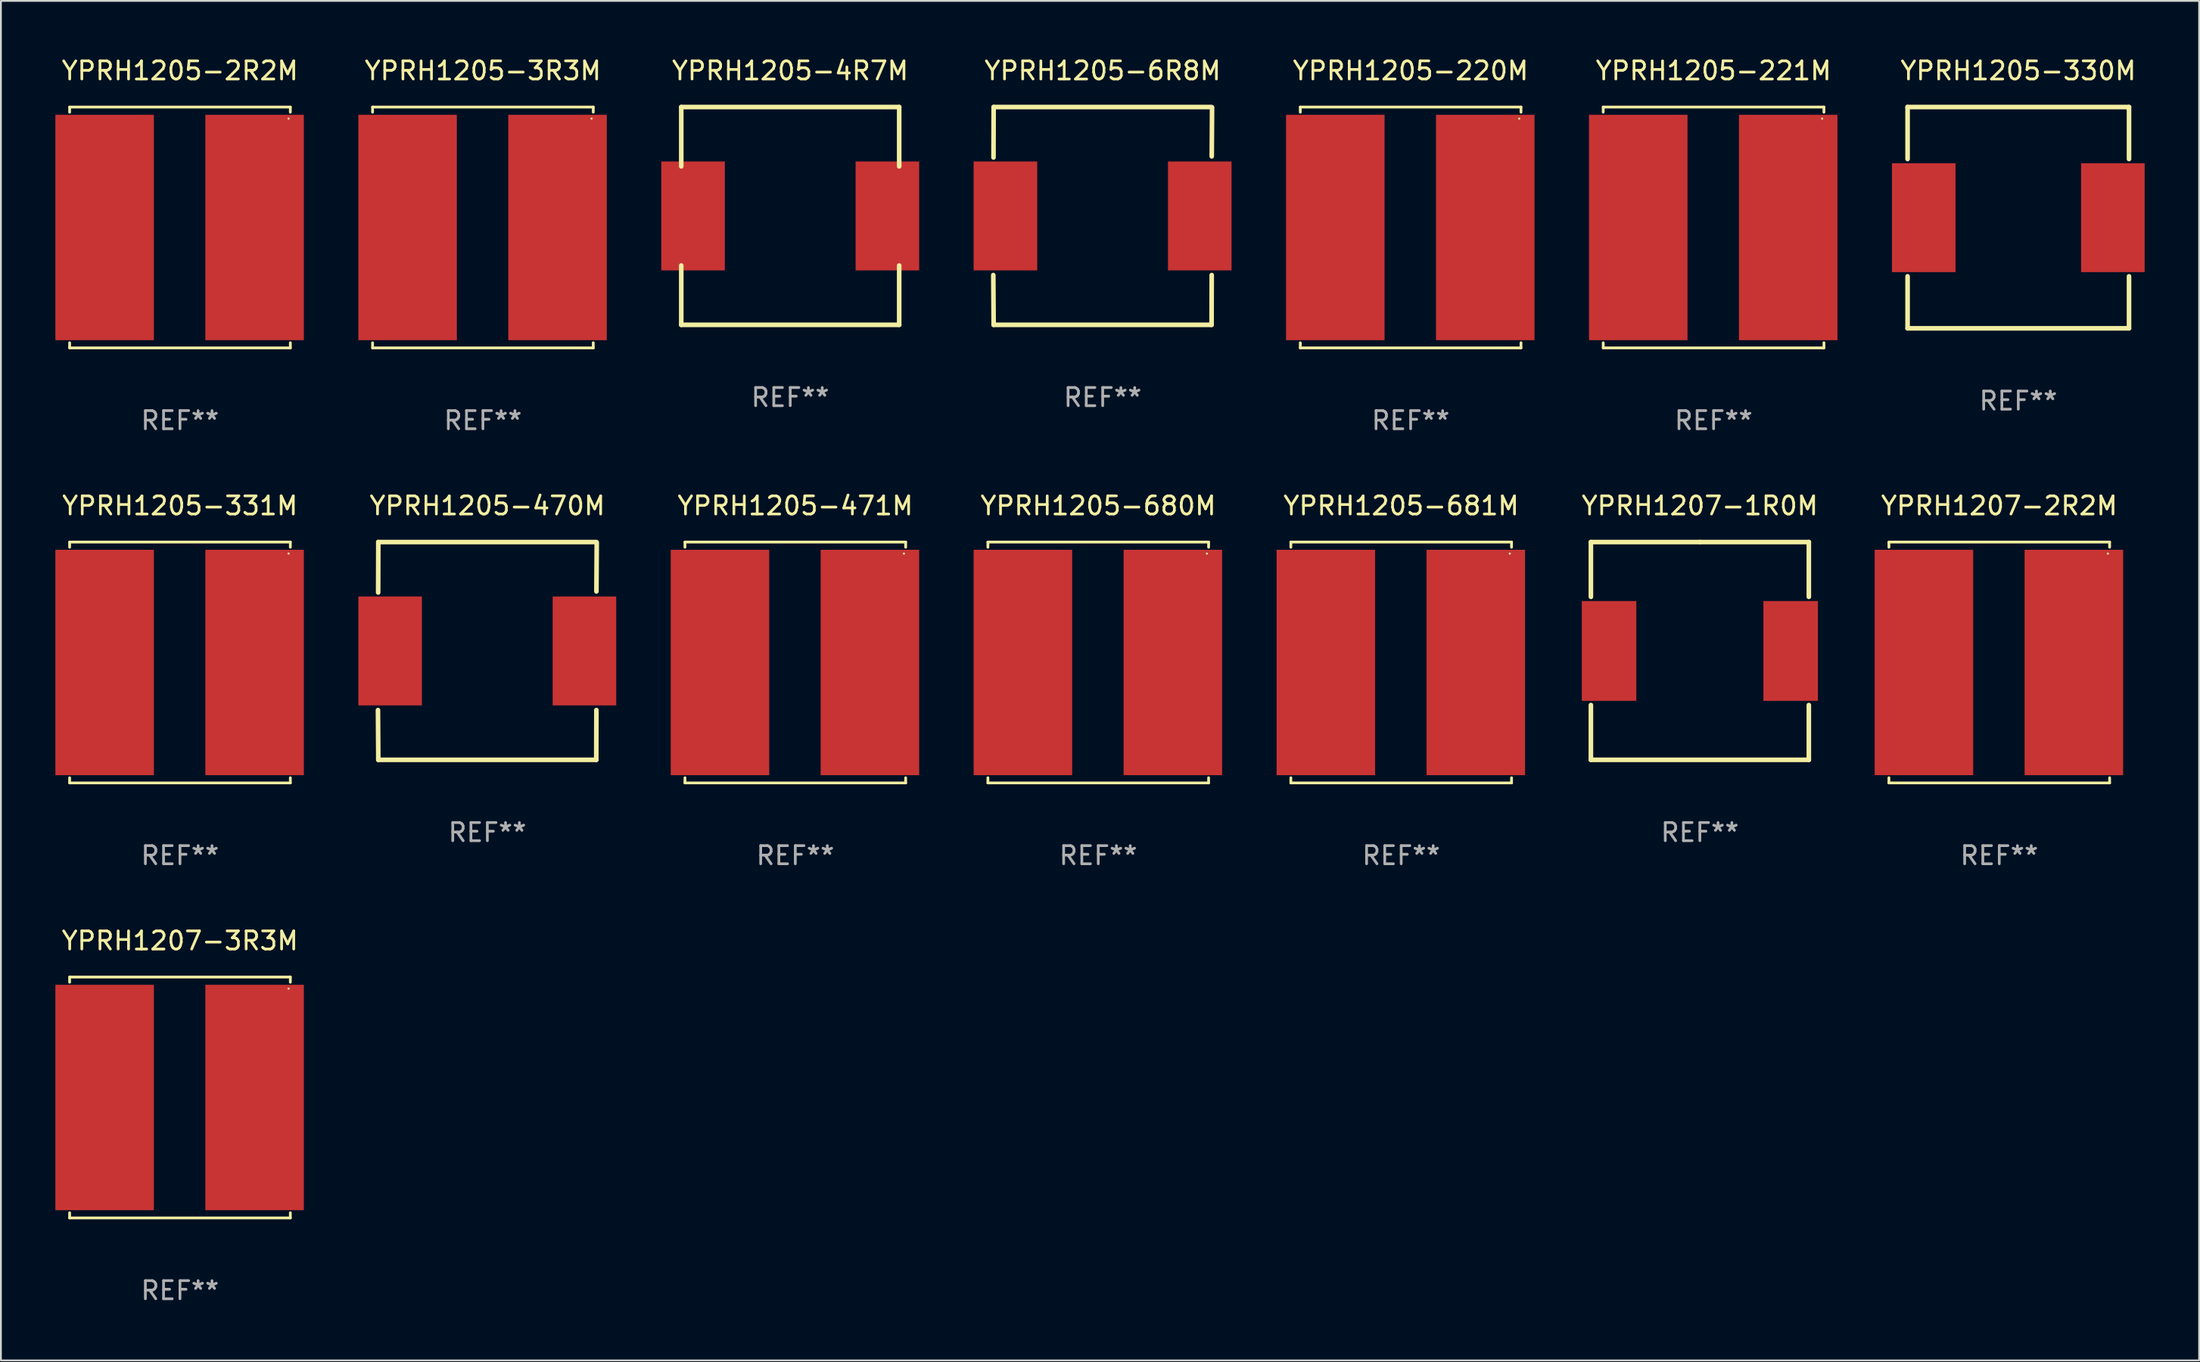
<source format=kicad_pcb>
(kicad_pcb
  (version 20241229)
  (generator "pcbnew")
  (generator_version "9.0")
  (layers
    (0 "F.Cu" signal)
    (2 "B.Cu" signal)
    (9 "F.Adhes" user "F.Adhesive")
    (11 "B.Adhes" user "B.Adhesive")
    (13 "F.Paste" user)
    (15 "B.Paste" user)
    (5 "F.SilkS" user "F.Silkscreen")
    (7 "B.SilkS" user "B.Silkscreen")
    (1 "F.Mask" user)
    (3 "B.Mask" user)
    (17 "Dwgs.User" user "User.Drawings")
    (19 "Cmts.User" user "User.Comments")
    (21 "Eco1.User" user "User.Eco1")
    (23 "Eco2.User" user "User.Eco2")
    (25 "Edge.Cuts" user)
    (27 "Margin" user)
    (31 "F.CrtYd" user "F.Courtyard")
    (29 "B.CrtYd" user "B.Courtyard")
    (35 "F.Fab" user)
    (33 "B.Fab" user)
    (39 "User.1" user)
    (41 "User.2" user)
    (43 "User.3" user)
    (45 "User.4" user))
  (footprint "YPRH1205-221M"
    (layer "F.Cu")
    (at 91.3 9.484)
    (property "Reference" "YPRH1205-221M" (at 0 -8.636 0) (layer "F.SilkS") (effects (font (size 1 1) (thickness 0.15))))
    (attr through_hole)
    (fp_line (start -6.076 -6.636) (end -6.076 -6.35) (stroke (width 0.152) (type solid)) (layer "F.SilkS"))
    (fp_line (start -6.076 6.636) (end -6.076 6.35) (stroke (width 0.152) (type solid)) (layer "F.SilkS"))
    (fp_line (start 6.076 -6.636) (end -6.076 -6.636) (stroke (width 0.152) (type solid)) (layer "F.SilkS"))
    (fp_line (start 6.076 -6.35) (end 6.076 -6.636) (stroke (width 0.152) (type solid)) (layer "F.SilkS"))
    (fp_line (start 6.076 6.35) (end 6.076 6.636) (stroke (width 0.152) (type solid)) (layer "F.SilkS"))
    (fp_line (start 6.076 6.636) (end -6.076 6.636) (stroke (width 0.152) (type solid)) (layer "F.SilkS"))
    (fp_circle (center 5.98 -6) (end 6.01 -6) (stroke (width 0.06) (type solid)) (fill no) (layer "F.SilkS"))
    (fp_text user "REF**" (at 0 10.636 0) (layer "F.Fab") (effects (font (size 1 1) (thickness 0.15))))
    (pad "1" smd rect (at 4.108 0) (size 5.424 12.42) (layers "F.Cu" "F.Mask" "F.Paste"))
    (pad "2" smd rect (at -4.148 0) (size 5.424 12.42) (layers "F.Cu" "F.Mask" "F.Paste")))
  (footprint "YPRH1205-681M"
    (layer "F.Cu")
    (at 74.1 33.453)
    (property "Reference" "YPRH1205-681M" (at 0 -8.636 0) (layer "F.SilkS") (effects (font (size 1 1) (thickness 0.15))))
    (attr through_hole)
    (fp_line (start -6.076 -6.636) (end -6.076 -6.35) (stroke (width 0.152) (type solid)) (layer "F.SilkS"))
    (fp_line (start -6.076 6.636) (end -6.076 6.35) (stroke (width 0.152) (type solid)) (layer "F.SilkS"))
    (fp_line (start 6.076 -6.636) (end -6.076 -6.636) (stroke (width 0.152) (type solid)) (layer "F.SilkS"))
    (fp_line (start 6.076 -6.35) (end 6.076 -6.636) (stroke (width 0.152) (type solid)) (layer "F.SilkS"))
    (fp_line (start 6.076 6.35) (end 6.076 6.636) (stroke (width 0.152) (type solid)) (layer "F.SilkS"))
    (fp_line (start 6.076 6.636) (end -6.076 6.636) (stroke (width 0.152) (type solid)) (layer "F.SilkS"))
    (fp_circle (center 5.98 -6) (end 6.01 -6) (stroke (width 0.06) (type solid)) (fill no) (layer "F.SilkS"))
    (fp_text user "REF**" (at 0 10.636 0) (layer "F.Fab") (effects (font (size 1 1) (thickness 0.15))))
    (pad "1" smd rect (at 4.108 0) (size 5.424 12.42) (layers "F.Cu" "F.Mask" "F.Paste"))
    (pad "2" smd rect (at -4.148 0) (size 5.424 12.42) (layers "F.Cu" "F.Mask" "F.Paste")))
  (footprint "YPRH1207-1R0M"
    (layer "F.Cu")
    (at 90.545 32.817)
    (property "Reference" "YPRH1207-1R0M" (at 0 -8 0) (layer "F.SilkS") (effects (font (size 1 1) (thickness 0.15))))
    (attr through_hole)
    (fp_line (start -6 -6) (end 0 -6) (stroke (width 0.254) (type solid)) (layer "F.SilkS"))
    (fp_line (start -6 -2.981) (end -6 -6) (stroke (width 0.254) (type solid)) (layer "F.SilkS"))
    (fp_line (start -6 6) (end -6 2.981) (stroke (width 0.254) (type solid)) (layer "F.SilkS"))
    (fp_line (start 0 -6) (end 6 -6) (stroke (width 0.254) (type solid)) (layer "F.SilkS"))
    (fp_line (start 6 -6) (end 6 -2.981) (stroke (width 0.254) (type solid)) (layer "F.SilkS"))
    (fp_line (start 6 2.981) (end 6 6) (stroke (width 0.254) (type solid)) (layer "F.SilkS"))
    (fp_line (start 6 6) (end -6 6) (stroke (width 0.254) (type solid)) (layer "F.SilkS"))
    (fp_circle (center -6 6) (end -5.97 6) (stroke (width 0.06) (type solid)) (fill no) (layer "F.SilkS"))
    (fp_text user "REF**" (at 0 10 0) (layer "F.Fab") (effects (font (size 1 1) (thickness 0.15))))
    (pad "1" smd rect (at -5 0) (size 3 5.5) (layers "F.Cu" "F.Mask" "F.Paste"))
    (pad "2" smd rect (at 5 0) (size 3 5.5) (layers "F.Cu" "F.Mask" "F.Paste")))
  (footprint "YPRH1205-220M"
    (layer "F.Cu")
    (at 74.62 9.484)
    (property "Reference" "YPRH1205-220M" (at 0 -8.636 0) (layer "F.SilkS") (effects (font (size 1 1) (thickness 0.15))))
    (attr through_hole)
    (fp_line (start -6.076 -6.636) (end -6.076 -6.35) (stroke (width 0.152) (type solid)) (layer "F.SilkS"))
    (fp_line (start -6.076 6.636) (end -6.076 6.35) (stroke (width 0.152) (type solid)) (layer "F.SilkS"))
    (fp_line (start 6.076 -6.636) (end -6.076 -6.636) (stroke (width 0.152) (type solid)) (layer "F.SilkS"))
    (fp_line (start 6.076 -6.35) (end 6.076 -6.636) (stroke (width 0.152) (type solid)) (layer "F.SilkS"))
    (fp_line (start 6.076 6.35) (end 6.076 6.636) (stroke (width 0.152) (type solid)) (layer "F.SilkS"))
    (fp_line (start 6.076 6.636) (end -6.076 6.636) (stroke (width 0.152) (type solid)) (layer "F.SilkS"))
    (fp_circle (center 5.98 -6) (end 6.01 -6) (stroke (width 0.06) (type solid)) (fill no) (layer "F.SilkS"))
    (fp_text user "REF**" (at 0 10.636 0) (layer "F.Fab") (effects (font (size 1 1) (thickness 0.15))))
    (pad "1" smd rect (at 4.108 0) (size 5.424 12.42) (layers "F.Cu" "F.Mask" "F.Paste"))
    (pad "2" smd rect (at -4.148 0) (size 5.424 12.42) (layers "F.Cu" "F.Mask" "F.Paste")))
  (footprint "YPRH1205-2R2M"
    (layer "F.Cu")
    (at 6.86 9.484)
    (property "Reference" "YPRH1205-2R2M" (at 0 -8.636 0) (layer "F.SilkS") (effects (font (size 1 1) (thickness 0.15))))
    (attr through_hole)
    (fp_line (start -6.076 -6.636) (end -6.076 -6.35) (stroke (width 0.152) (type solid)) (layer "F.SilkS"))
    (fp_line (start -6.076 6.636) (end -6.076 6.35) (stroke (width 0.152) (type solid)) (layer "F.SilkS"))
    (fp_line (start 6.076 -6.636) (end -6.076 -6.636) (stroke (width 0.152) (type solid)) (layer "F.SilkS"))
    (fp_line (start 6.076 -6.35) (end 6.076 -6.636) (stroke (width 0.152) (type solid)) (layer "F.SilkS"))
    (fp_line (start 6.076 6.35) (end 6.076 6.636) (stroke (width 0.152) (type solid)) (layer "F.SilkS"))
    (fp_line (start 6.076 6.636) (end -6.076 6.636) (stroke (width 0.152) (type solid)) (layer "F.SilkS"))
    (fp_circle (center 5.98 -6) (end 6.01 -6) (stroke (width 0.06) (type solid)) (fill no) (layer "F.SilkS"))
    (fp_text user "REF**" (at 0 10.636 0) (layer "F.Fab") (effects (font (size 1 1) (thickness 0.15))))
    (pad "1" smd rect (at 4.108 0) (size 5.424 12.42) (layers "F.Cu" "F.Mask" "F.Paste"))
    (pad "2" smd rect (at -4.148 0) (size 5.424 12.42) (layers "F.Cu" "F.Mask" "F.Paste")))
  (footprint "YPRH1205-6R8M"
    (layer "F.Cu")
    (at 57.664 8.848)
    (property "Reference" "YPRH1205-6R8M" (at 0 -8 0) (layer "F.SilkS") (effects (font (size 1 1) (thickness 0.15))))
    (attr through_hole)
    (fp_line (start -6.012 -3.22) (end -6.004 -6) (stroke (width 0.254) (type solid)) (layer "F.SilkS"))
    (fp_line (start -6.004 -6) (end 5.996 -6) (stroke (width 0.254) (type solid)) (layer "F.SilkS"))
    (fp_line (start -6.004 6) (end -6.023 3.258) (stroke (width 0.254) (type solid)) (layer "F.SilkS"))
    (fp_line (start -6.004 6) (end 5.996 6) (stroke (width 0.254) (type solid)) (layer "F.SilkS"))
    (fp_line (start 5.996 6) (end 6.003 3.258) (stroke (width 0.254) (type solid)) (layer "F.SilkS"))
    (fp_line (start 6.005 -3.282) (end 6.023 -5.98) (stroke (width 0.254) (type solid)) (layer "F.SilkS"))
    (fp_circle (center -6.004 6) (end -5.974 6) (stroke (width 0.06) (type solid)) (fill no) (layer "F.SilkS"))
    (fp_text user "REF**" (at 0 10 0) (layer "F.Fab") (effects (font (size 1 1) (thickness 0.15))))
    (pad "1" smd rect (at -5.354 0) (size 3.5 6) (layers "F.Cu" "F.Mask" "F.Paste"))
    (pad "2" smd rect (at 5.346 0) (size 3.5 6) (layers "F.Cu" "F.Mask" "F.Paste")))
  (footprint "YPRH1205-4R7M"
    (layer "F.Cu")
    (at 40.46 8.848)
    (property "Reference" "YPRH1205-4R7M" (at 0 -8 0) (layer "F.SilkS") (effects (font (size 1 1) (thickness 0.15))))
    (attr through_hole)
    (fp_line (start -6 -6) (end 6 -6) (stroke (width 0.254) (type solid)) (layer "F.SilkS"))
    (fp_line (start -6 -2.731) (end -6 -6) (stroke (width 0.254) (type solid)) (layer "F.SilkS"))
    (fp_line (start -6 6) (end -6 2.731) (stroke (width 0.254) (type solid)) (layer "F.SilkS"))
    (fp_line (start -6 6) (end 6 6) (stroke (width 0.254) (type solid)) (layer "F.SilkS"))
    (fp_line (start 6 -2.731) (end 6 -6) (stroke (width 0.254) (type solid)) (layer "F.SilkS"))
    (fp_line (start 6 6) (end 6 2.731) (stroke (width 0.254) (type solid)) (layer "F.SilkS"))
    (fp_circle (center -6 6) (end -5.97 6) (stroke (width 0.06) (type solid)) (fill no) (layer "F.SilkS"))
    (fp_text user "REF**" (at 0 10 0) (layer "F.Fab") (effects (font (size 1 1) (thickness 0.15))))
    (pad "1" smd rect (at -5.35 0) (size 3.5 6) (layers "F.Cu" "F.Mask" "F.Paste"))
    (pad "2" smd rect (at 5.35 0) (size 3.5 6) (layers "F.Cu" "F.Mask" "F.Paste")))
  (footprint "YPRH1205-680M"
    (layer "F.Cu")
    (at 57.42 33.453)
    (property "Reference" "YPRH1205-680M" (at 0 -8.636 0) (layer "F.SilkS") (effects (font (size 1 1) (thickness 0.15))))
    (attr through_hole)
    (fp_line (start -6.076 -6.636) (end -6.076 -6.35) (stroke (width 0.152) (type solid)) (layer "F.SilkS"))
    (fp_line (start -6.076 6.636) (end -6.076 6.35) (stroke (width 0.152) (type solid)) (layer "F.SilkS"))
    (fp_line (start 6.076 -6.636) (end -6.076 -6.636) (stroke (width 0.152) (type solid)) (layer "F.SilkS"))
    (fp_line (start 6.076 -6.35) (end 6.076 -6.636) (stroke (width 0.152) (type solid)) (layer "F.SilkS"))
    (fp_line (start 6.076 6.35) (end 6.076 6.636) (stroke (width 0.152) (type solid)) (layer "F.SilkS"))
    (fp_line (start 6.076 6.636) (end -6.076 6.636) (stroke (width 0.152) (type solid)) (layer "F.SilkS"))
    (fp_circle (center 5.98 -6) (end 6.01 -6) (stroke (width 0.06) (type solid)) (fill no) (layer "F.SilkS"))
    (fp_text user "REF**" (at 0 10.636 0) (layer "F.Fab") (effects (font (size 1 1) (thickness 0.15))))
    (pad "1" smd rect (at 4.108 0) (size 5.424 12.42) (layers "F.Cu" "F.Mask" "F.Paste"))
    (pad "2" smd rect (at -4.148 0) (size 5.424 12.42) (layers "F.Cu" "F.Mask" "F.Paste")))
  (footprint "YPRH1207-3R3M"
    (layer "F.Cu")
    (at 6.86 57.422)
    (property "Reference" "YPRH1207-3R3M" (at 0 -8.636 0) (layer "F.SilkS") (effects (font (size 1 1) (thickness 0.15))))
    (attr through_hole)
    (fp_line (start -6.076 -6.636) (end -6.076 -6.35) (stroke (width 0.152) (type solid)) (layer "F.SilkS"))
    (fp_line (start -6.076 6.636) (end -6.076 6.35) (stroke (width 0.152) (type solid)) (layer "F.SilkS"))
    (fp_line (start 6.076 -6.636) (end -6.076 -6.636) (stroke (width 0.152) (type solid)) (layer "F.SilkS"))
    (fp_line (start 6.076 -6.35) (end 6.076 -6.636) (stroke (width 0.152) (type solid)) (layer "F.SilkS"))
    (fp_line (start 6.076 6.35) (end 6.076 6.636) (stroke (width 0.152) (type solid)) (layer "F.SilkS"))
    (fp_line (start 6.076 6.636) (end -6.076 6.636) (stroke (width 0.152) (type solid)) (layer "F.SilkS"))
    (fp_circle (center 5.98 -6) (end 6.01 -6) (stroke (width 0.06) (type solid)) (fill no) (layer "F.SilkS"))
    (fp_text user "REF**" (at 0 10.636 0) (layer "F.Fab") (effects (font (size 1 1) (thickness 0.15))))
    (pad "1" smd rect (at 4.108 0) (size 5.424 12.42) (layers "F.Cu" "F.Mask" "F.Paste"))
    (pad "2" smd rect (at -4.148 0) (size 5.424 12.42) (layers "F.Cu" "F.Mask" "F.Paste")))
  (footprint "YPRH1205-471M"
    (layer "F.Cu")
    (at 40.74 33.453)
    (property "Reference" "YPRH1205-471M" (at 0 -8.636 0) (layer "F.SilkS") (effects (font (size 1 1) (thickness 0.15))))
    (attr through_hole)
    (fp_line (start -6.076 -6.636) (end -6.076 -6.35) (stroke (width 0.152) (type solid)) (layer "F.SilkS"))
    (fp_line (start -6.076 6.636) (end -6.076 6.35) (stroke (width 0.152) (type solid)) (layer "F.SilkS"))
    (fp_line (start 6.076 -6.636) (end -6.076 -6.636) (stroke (width 0.152) (type solid)) (layer "F.SilkS"))
    (fp_line (start 6.076 -6.35) (end 6.076 -6.636) (stroke (width 0.152) (type solid)) (layer "F.SilkS"))
    (fp_line (start 6.076 6.35) (end 6.076 6.636) (stroke (width 0.152) (type solid)) (layer "F.SilkS"))
    (fp_line (start 6.076 6.636) (end -6.076 6.636) (stroke (width 0.152) (type solid)) (layer "F.SilkS"))
    (fp_circle (center 5.98 -6) (end 6.01 -6) (stroke (width 0.06) (type solid)) (fill no) (layer "F.SilkS"))
    (fp_text user "REF**" (at 0 10.636 0) (layer "F.Fab") (effects (font (size 1 1) (thickness 0.15))))
    (pad "1" smd rect (at 4.108 0) (size 5.424 12.42) (layers "F.Cu" "F.Mask" "F.Paste"))
    (pad "2" smd rect (at -4.148 0) (size 5.424 12.42) (layers "F.Cu" "F.Mask" "F.Paste")))
  (footprint "YPRH1205-3R3M"
    (layer "F.Cu")
    (at 23.54 9.484)
    (property "Reference" "YPRH1205-3R3M" (at 0 -8.636 0) (layer "F.SilkS") (effects (font (size 1 1) (thickness 0.15))))
    (attr through_hole)
    (fp_line (start -6.076 -6.636) (end -6.076 -6.35) (stroke (width 0.152) (type solid)) (layer "F.SilkS"))
    (fp_line (start -6.076 6.636) (end -6.076 6.35) (stroke (width 0.152) (type solid)) (layer "F.SilkS"))
    (fp_line (start 6.076 -6.636) (end -6.076 -6.636) (stroke (width 0.152) (type solid)) (layer "F.SilkS"))
    (fp_line (start 6.076 -6.35) (end 6.076 -6.636) (stroke (width 0.152) (type solid)) (layer "F.SilkS"))
    (fp_line (start 6.076 6.35) (end 6.076 6.636) (stroke (width 0.152) (type solid)) (layer "F.SilkS"))
    (fp_line (start 6.076 6.636) (end -6.076 6.636) (stroke (width 0.152) (type solid)) (layer "F.SilkS"))
    (fp_circle (center 5.98 -6) (end 6.01 -6) (stroke (width 0.06) (type solid)) (fill no) (layer "F.SilkS"))
    (fp_text user "REF**" (at 0 10.636 0) (layer "F.Fab") (effects (font (size 1 1) (thickness 0.15))))
    (pad "1" smd rect (at 4.108 0) (size 5.424 12.42) (layers "F.Cu" "F.Mask" "F.Paste"))
    (pad "2" smd rect (at -4.148 0) (size 5.424 12.42) (layers "F.Cu" "F.Mask" "F.Paste")))
  (footprint "YPRH1207-2R2M"
    (layer "F.Cu")
    (at 107.03 33.453)
    (property "Reference" "YPRH1207-2R2M" (at 0 -8.636 0) (layer "F.SilkS") (effects (font (size 1 1) (thickness 0.15))))
    (attr through_hole)
    (fp_line (start -6.076 -6.636) (end -6.076 -6.35) (stroke (width 0.152) (type solid)) (layer "F.SilkS"))
    (fp_line (start -6.076 6.636) (end -6.076 6.35) (stroke (width 0.152) (type solid)) (layer "F.SilkS"))
    (fp_line (start 6.076 -6.636) (end -6.076 -6.636) (stroke (width 0.152) (type solid)) (layer "F.SilkS"))
    (fp_line (start 6.076 -6.35) (end 6.076 -6.636) (stroke (width 0.152) (type solid)) (layer "F.SilkS"))
    (fp_line (start 6.076 6.35) (end 6.076 6.636) (stroke (width 0.152) (type solid)) (layer "F.SilkS"))
    (fp_line (start 6.076 6.636) (end -6.076 6.636) (stroke (width 0.152) (type solid)) (layer "F.SilkS"))
    (fp_circle (center 5.98 -6) (end 6.01 -6) (stroke (width 0.06) (type solid)) (fill no) (layer "F.SilkS"))
    (fp_text user "REF**" (at 0 10.636 0) (layer "F.Fab") (effects (font (size 1 1) (thickness 0.15))))
    (pad "1" smd rect (at 4.108 0) (size 5.424 12.42) (layers "F.Cu" "F.Mask" "F.Paste"))
    (pad "2" smd rect (at -4.148 0) (size 5.424 12.42) (layers "F.Cu" "F.Mask" "F.Paste")))
  (footprint "YPRH1205-331M"
    (layer "F.Cu")
    (at 6.86 33.453)
    (property "Reference" "YPRH1205-331M" (at 0 -8.636 0) (layer "F.SilkS") (effects (font (size 1 1) (thickness 0.15))))
    (attr through_hole)
    (fp_line (start -6.076 -6.636) (end -6.076 -6.35) (stroke (width 0.152) (type solid)) (layer "F.SilkS"))
    (fp_line (start -6.076 6.636) (end -6.076 6.35) (stroke (width 0.152) (type solid)) (layer "F.SilkS"))
    (fp_line (start 6.076 -6.636) (end -6.076 -6.636) (stroke (width 0.152) (type solid)) (layer "F.SilkS"))
    (fp_line (start 6.076 -6.35) (end 6.076 -6.636) (stroke (width 0.152) (type solid)) (layer "F.SilkS"))
    (fp_line (start 6.076 6.35) (end 6.076 6.636) (stroke (width 0.152) (type solid)) (layer "F.SilkS"))
    (fp_line (start 6.076 6.636) (end -6.076 6.636) (stroke (width 0.152) (type solid)) (layer "F.SilkS"))
    (fp_circle (center 5.98 -6) (end 6.01 -6) (stroke (width 0.06) (type solid)) (fill no) (layer "F.SilkS"))
    (fp_text user "REF**" (at 0 10.636 0) (layer "F.Fab") (effects (font (size 1 1) (thickness 0.15))))
    (pad "1" smd rect (at 4.108 0) (size 5.424 12.42) (layers "F.Cu" "F.Mask" "F.Paste"))
    (pad "2" smd rect (at -4.148 0) (size 5.424 12.42) (layers "F.Cu" "F.Mask" "F.Paste")))
  (footprint "YPRH1205-470M"
    (layer "F.Cu")
    (at 23.784 32.817)
    (property "Reference" "YPRH1205-470M" (at 0 -8 0) (layer "F.SilkS") (effects (font (size 1 1) (thickness 0.15))))
    (attr through_hole)
    (fp_line (start -6.012 -3.22) (end -6.004 -6) (stroke (width 0.254) (type solid)) (layer "F.SilkS"))
    (fp_line (start -6.004 -6) (end 5.996 -6) (stroke (width 0.254) (type solid)) (layer "F.SilkS"))
    (fp_line (start -6.004 6) (end -6.023 3.258) (stroke (width 0.254) (type solid)) (layer "F.SilkS"))
    (fp_line (start -6.004 6) (end 5.996 6) (stroke (width 0.254) (type solid)) (layer "F.SilkS"))
    (fp_line (start 5.996 6) (end 6.003 3.258) (stroke (width 0.254) (type solid)) (layer "F.SilkS"))
    (fp_line (start 6.005 -3.282) (end 6.023 -5.98) (stroke (width 0.254) (type solid)) (layer "F.SilkS"))
    (fp_circle (center -6.004 6) (end -5.974 6) (stroke (width 0.06) (type solid)) (fill no) (layer "F.SilkS"))
    (fp_text user "REF**" (at 0 10 0) (layer "F.Fab") (effects (font (size 1 1) (thickness 0.15))))
    (pad "1" smd rect (at -5.354 0) (size 3.5 6) (layers "F.Cu" "F.Mask" "F.Paste"))
    (pad "2" smd rect (at 5.346 0) (size 3.5 6) (layers "F.Cu" "F.Mask" "F.Paste")))
  (footprint "YPRH1205-330M"
    (layer "F.Cu")
    (at 108.078 8.944)
    (property "Reference" "YPRH1205-330M" (at 0 -8.096 0) (layer "F.SilkS") (effects (font (size 1 1) (thickness 0.15))))
    (attr through_hole)
    (fp_line (start -6.096 -6.096) (end 6.096 -6.096) (stroke (width 0.254) (type solid)) (layer "F.SilkS"))
    (fp_line (start -6.096 -3.231) (end -6.096 -6.096) (stroke (width 0.254) (type solid)) (layer "F.SilkS"))
    (fp_line (start -6.096 6.096) (end -6.096 3.231) (stroke (width 0.254) (type solid)) (layer "F.SilkS"))
    (fp_line (start 6.096 -6.096) (end 6.096 -3.231) (stroke (width 0.254) (type solid)) (layer "F.SilkS"))
    (fp_line (start 6.096 3.231) (end 6.096 6.096) (stroke (width 0.254) (type solid)) (layer "F.SilkS"))
    (fp_line (start 6.096 6.096) (end -6.096 6.096) (stroke (width 0.254) (type solid)) (layer "F.SilkS"))
    (fp_circle (center 6 -6) (end 6.03 -6) (stroke (width 0.06) (type solid)) (fill no) (layer "F.SilkS"))
    (fp_text user "REF**" (at 0 10.096 0) (layer "F.Fab") (effects (font (size 1 1) (thickness 0.15))))
    (pad "1" smd rect (at 5.207 0) (size 3.5 6) (layers "F.Cu" "F.Mask" "F.Paste"))
    (pad "2" smd rect (at -5.207 0) (size 3.5 6) (layers "F.Cu" "F.Mask" "F.Paste")))
  (gr_rect
    (start -3 -3)
    (end 118.035 71.907)
    (stroke (width 0.1) (type default))
    (fill no)
    (layer "Edge.Cuts")))
</source>
